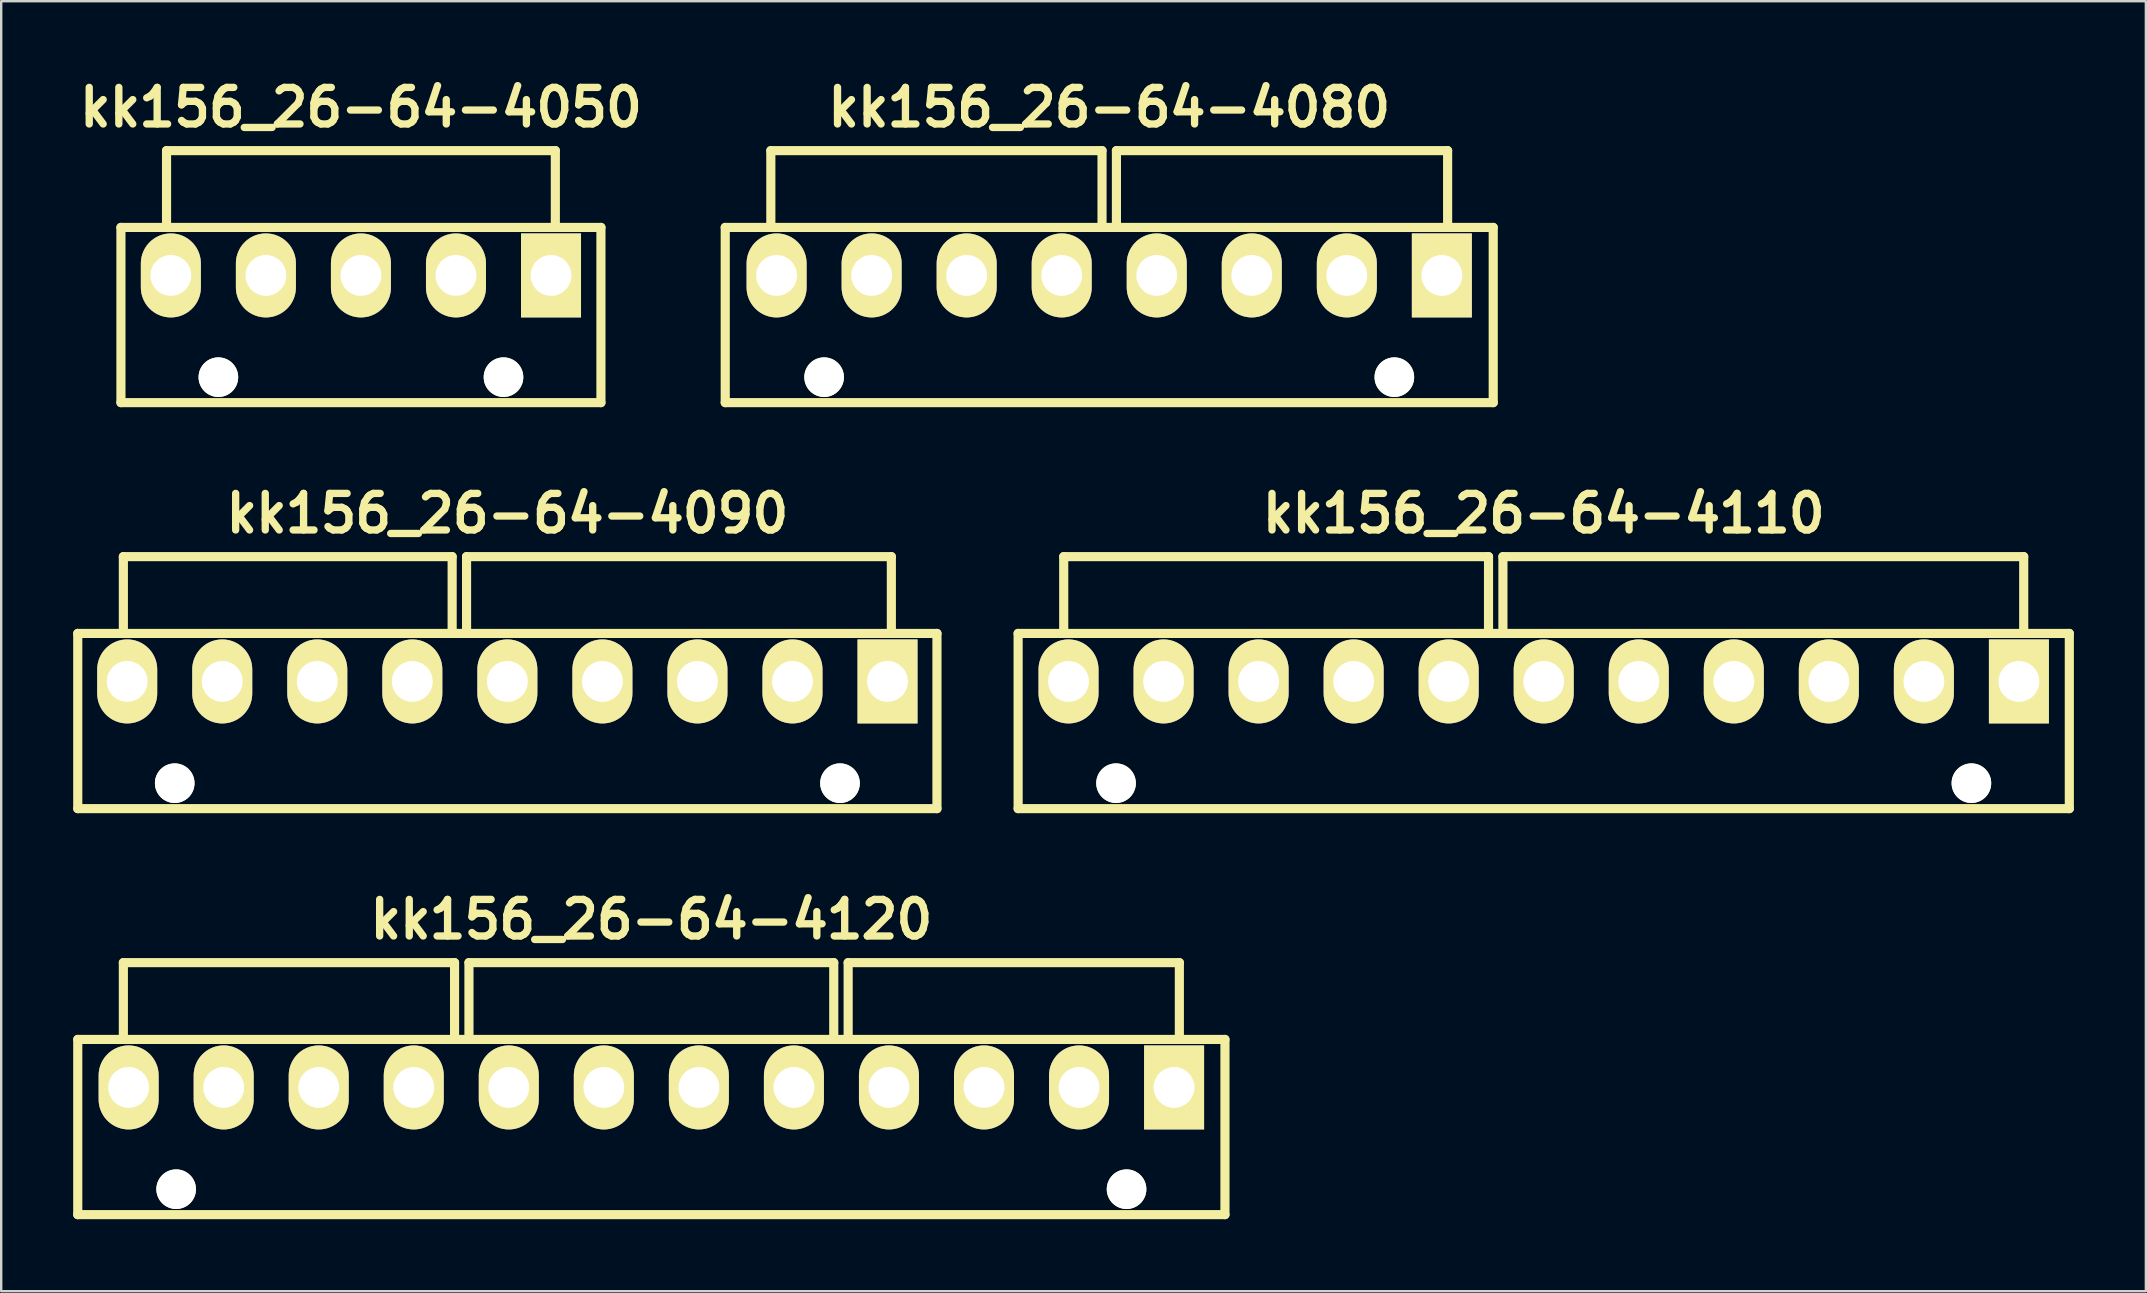
<source format=kicad_pcb>
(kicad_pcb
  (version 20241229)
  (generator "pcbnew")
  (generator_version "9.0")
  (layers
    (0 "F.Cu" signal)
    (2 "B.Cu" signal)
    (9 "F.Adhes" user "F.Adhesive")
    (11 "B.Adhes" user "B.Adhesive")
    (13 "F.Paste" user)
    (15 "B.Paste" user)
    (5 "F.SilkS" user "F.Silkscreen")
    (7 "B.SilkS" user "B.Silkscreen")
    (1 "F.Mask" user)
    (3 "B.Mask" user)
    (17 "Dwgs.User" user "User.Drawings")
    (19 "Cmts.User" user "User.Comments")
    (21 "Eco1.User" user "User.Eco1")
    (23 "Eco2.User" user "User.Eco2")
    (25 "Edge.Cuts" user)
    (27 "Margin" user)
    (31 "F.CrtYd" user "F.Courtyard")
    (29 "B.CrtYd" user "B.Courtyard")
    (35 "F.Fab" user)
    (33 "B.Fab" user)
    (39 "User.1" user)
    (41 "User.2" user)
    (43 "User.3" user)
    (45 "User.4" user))
  (footprint "kk156_26-64-4090"
    (layer "F.Cu")
    (at 18.09 25.343)
    (property "Reference" "kk156_26-64-4090" (at 0 -7 0) (layer "F.SilkS") (effects (font (size 1.524 1.524) (thickness 0.305))))
    (attr through_hole)
    (fp_line (start -17.9 -2) (end 17.9 -2) (stroke (width 0.381) (type solid)) (layer "F.SilkS"))
    (fp_line (start -17.9 5.3) (end -17.9 -2) (stroke (width 0.381) (type solid)) (layer "F.SilkS"))
    (fp_line (start -17.9 5.3) (end 17.9 5.3) (stroke (width 0.381) (type solid)) (layer "F.SilkS"))
    (fp_line (start -16 -2) (end -16 -5.2) (stroke (width 0.381) (type solid)) (layer "F.SilkS"))
    (fp_line (start -2.3 -5.2) (end -16 -5.2) (stroke (width 0.381) (type solid)) (layer "F.SilkS"))
    (fp_line (start -2.3 -2) (end -2.3 -5.2) (stroke (width 0.381) (type solid)) (layer "F.SilkS"))
    (fp_line (start -1.7 -5.2) (end 16 -5.2) (stroke (width 0.381) (type solid)) (layer "F.SilkS"))
    (fp_line (start -1.7 -2) (end -1.7 -5.2) (stroke (width 0.381) (type solid)) (layer "F.SilkS"))
    (fp_line (start 16 -5.2) (end 16 -2) (stroke (width 0.381) (type solid)) (layer "F.SilkS"))
    (fp_line (start 17.9 -2) (end 17.9 5.3) (stroke (width 0.381) (type solid)) (layer "F.SilkS"))
    (pad "" np_thru_hole circle (at -13.86 4.24) (size 1.65 1.65) (drill 1.65) (layers "*.Cu" "F.SilkS"))
    (pad "" np_thru_hole circle (at 13.86 4.24) (size 1.65 1.65) (drill 1.65) (layers "*.Cu" "F.SilkS"))
    (pad "1" thru_hole rect (at 15.84 0) (size 2.5 3.5) (drill 1.7) (layers "*.Cu" "*.Mask" "F.SilkS"))
    (pad "2" thru_hole oval (at 11.88 0) (size 2.5 3.5) (drill 1.7) (layers "*.Cu" "*.Mask" "F.SilkS"))
    (pad "3" thru_hole oval (at 7.92 0) (size 2.5 3.5) (drill 1.7) (layers "*.Cu" "*.Mask" "F.SilkS"))
    (pad "4" thru_hole oval (at 3.96 0) (size 2.5 3.5) (drill 1.7) (layers "*.Cu" "*.Mask" "F.SilkS"))
    (pad "5" thru_hole oval (at 0 0) (size 2.5 3.5) (drill 1.7) (layers "*.Cu" "*.Mask" "F.SilkS"))
    (pad "6" thru_hole oval (at -3.96 0) (size 2.5 3.5) (drill 1.7) (layers "*.Cu" "*.Mask" "F.SilkS"))
    (pad "7" thru_hole oval (at -7.92 0) (size 2.5 3.5) (drill 1.7) (layers "*.Cu" "*.Mask" "F.SilkS"))
    (pad "8" thru_hole oval (at -11.88 0) (size 2.5 3.5) (drill 1.7) (layers "*.Cu" "*.Mask" "F.SilkS"))
    (pad "9" thru_hole oval (at -15.84 0) (size 2.5 3.5) (drill 1.7) (layers "*.Cu" "*.Mask" "F.SilkS")))
  (footprint "kk156_26-64-4120"
    (layer "F.Cu")
    (at 24.09 42.26)
    (property "Reference" "kk156_26-64-4120" (at 0 -7 0) (layer "F.SilkS") (effects (font (size 1.524 1.524) (thickness 0.305))))
    (attr through_hole)
    (fp_line (start -23.9 -2) (end 23.9 -2) (stroke (width 0.381) (type solid)) (layer "F.SilkS"))
    (fp_line (start -23.9 5.3) (end -23.9 -2) (stroke (width 0.381) (type solid)) (layer "F.SilkS"))
    (fp_line (start -23.9 5.3) (end 23.9 5.3) (stroke (width 0.381) (type solid)) (layer "F.SilkS"))
    (fp_line (start -22 -2) (end -22 -5.2) (stroke (width 0.381) (type solid)) (layer "F.SilkS"))
    (fp_line (start -8.2 -5.2) (end -22 -5.2) (stroke (width 0.381) (type solid)) (layer "F.SilkS"))
    (fp_line (start -8.2 -2) (end -8.2 -5.2) (stroke (width 0.381) (type solid)) (layer "F.SilkS"))
    (fp_line (start -7.6 -5.2) (end 7.6 -5.2) (stroke (width 0.381) (type solid)) (layer "F.SilkS"))
    (fp_line (start -7.6 -2) (end -7.6 -5.2) (stroke (width 0.381) (type solid)) (layer "F.SilkS"))
    (fp_line (start 7.6 -5.2) (end 7.6 -2) (stroke (width 0.381) (type solid)) (layer "F.SilkS"))
    (fp_line (start 8.2 -5.2) (end 22 -5.2) (stroke (width 0.381) (type solid)) (layer "F.SilkS"))
    (fp_line (start 8.2 -2) (end 8.2 -5.2) (stroke (width 0.381) (type solid)) (layer "F.SilkS"))
    (fp_line (start 22 -5.2) (end 22 -2) (stroke (width 0.381) (type solid)) (layer "F.SilkS"))
    (fp_line (start 23.9 -2) (end 23.9 5.3) (stroke (width 0.381) (type solid)) (layer "F.SilkS"))
    (pad "" np_thru_hole circle (at -19.8 4.24) (size 1.65 1.65) (drill 1.65) (layers "*.Cu" "F.SilkS"))
    (pad "" np_thru_hole circle (at 19.8 4.24) (size 1.65 1.65) (drill 1.65) (layers "*.Cu" "F.SilkS"))
    (pad "1" thru_hole rect (at 21.78 0) (size 2.5 3.5) (drill 1.7) (layers "*.Cu" "*.Mask" "F.SilkS"))
    (pad "2" thru_hole oval (at 17.82 0) (size 2.5 3.5) (drill 1.7) (layers "*.Cu" "*.Mask" "F.SilkS"))
    (pad "3" thru_hole oval (at 13.86 0) (size 2.5 3.5) (drill 1.7) (layers "*.Cu" "*.Mask" "F.SilkS"))
    (pad "4" thru_hole oval (at 9.9 0) (size 2.5 3.5) (drill 1.7) (layers "*.Cu" "*.Mask" "F.SilkS"))
    (pad "5" thru_hole oval (at 5.94 0) (size 2.5 3.5) (drill 1.7) (layers "*.Cu" "*.Mask" "F.SilkS"))
    (pad "6" thru_hole oval (at 1.98 0) (size 2.5 3.5) (drill 1.7) (layers "*.Cu" "*.Mask" "F.SilkS"))
    (pad "7" thru_hole oval (at -1.98 0) (size 2.5 3.5) (drill 1.7) (layers "*.Cu" "*.Mask" "F.SilkS"))
    (pad "8" thru_hole oval (at -5.94 0) (size 2.5 3.5) (drill 1.7) (layers "*.Cu" "*.Mask" "F.SilkS"))
    (pad "9" thru_hole oval (at -9.9 0) (size 2.5 3.5) (drill 1.7) (layers "*.Cu" "*.Mask" "F.SilkS"))
    (pad "10" thru_hole oval (at -13.86 0) (size 2.5 3.5) (drill 1.7) (layers "*.Cu" "*.Mask" "F.SilkS"))
    (pad "11" thru_hole oval (at -17.82 0) (size 2.5 3.5) (drill 1.7) (layers "*.Cu" "*.Mask" "F.SilkS"))
    (pad "12" thru_hole oval (at -21.78 0) (size 2.5 3.5) (drill 1.7) (layers "*.Cu" "*.Mask" "F.SilkS")))
  (footprint "kk156_26-64-4110"
    (layer "F.Cu")
    (at 61.272 25.343)
    (property "Reference" "kk156_26-64-4110" (at 0 -7 0) (layer "F.SilkS") (effects (font (size 1.524 1.524) (thickness 0.305))))
    (attr through_hole)
    (fp_line (start -21.9 -2) (end 21.9 -2) (stroke (width 0.381) (type solid)) (layer "F.SilkS"))
    (fp_line (start -21.9 5.3) (end -21.9 -2) (stroke (width 0.381) (type solid)) (layer "F.SilkS"))
    (fp_line (start -21.9 5.3) (end 21.9 5.3) (stroke (width 0.381) (type solid)) (layer "F.SilkS"))
    (fp_line (start -20 -2) (end -20 -5.2) (stroke (width 0.381) (type solid)) (layer "F.SilkS"))
    (fp_line (start -2.3 -5.2) (end -20 -5.2) (stroke (width 0.381) (type solid)) (layer "F.SilkS"))
    (fp_line (start -2.3 -2) (end -2.3 -5.2) (stroke (width 0.381) (type solid)) (layer "F.SilkS"))
    (fp_line (start -1.7 -5.2) (end 20 -5.2) (stroke (width 0.381) (type solid)) (layer "F.SilkS"))
    (fp_line (start -1.7 -2) (end -1.7 -5.2) (stroke (width 0.381) (type solid)) (layer "F.SilkS"))
    (fp_line (start 20 -5.2) (end 20 -2) (stroke (width 0.381) (type solid)) (layer "F.SilkS"))
    (fp_line (start 21.9 -2) (end 21.9 5.3) (stroke (width 0.381) (type solid)) (layer "F.SilkS"))
    (pad "" np_thru_hole circle (at -17.82 4.24) (size 1.65 1.65) (drill 1.65) (layers "*.Cu" "F.SilkS"))
    (pad "" np_thru_hole circle (at 17.82 4.24) (size 1.65 1.65) (drill 1.65) (layers "*.Cu" "F.SilkS"))
    (pad "1" thru_hole rect (at 19.8 0) (size 2.5 3.5) (drill 1.7) (layers "*.Cu" "*.Mask" "F.SilkS"))
    (pad "2" thru_hole oval (at 15.84 0) (size 2.5 3.5) (drill 1.7) (layers "*.Cu" "*.Mask" "F.SilkS"))
    (pad "3" thru_hole oval (at 11.88 0) (size 2.5 3.5) (drill 1.7) (layers "*.Cu" "*.Mask" "F.SilkS"))
    (pad "4" thru_hole oval (at 7.92 0) (size 2.5 3.5) (drill 1.7) (layers "*.Cu" "*.Mask" "F.SilkS"))
    (pad "5" thru_hole oval (at 3.96 0) (size 2.5 3.5) (drill 1.7) (layers "*.Cu" "*.Mask" "F.SilkS"))
    (pad "6" thru_hole oval (at 0 0) (size 2.5 3.5) (drill 1.7) (layers "*.Cu" "*.Mask" "F.SilkS"))
    (pad "7" thru_hole oval (at -3.96 0) (size 2.5 3.5) (drill 1.7) (layers "*.Cu" "*.Mask" "F.SilkS"))
    (pad "8" thru_hole oval (at -7.92 0) (size 2.5 3.5) (drill 1.7) (layers "*.Cu" "*.Mask" "F.SilkS"))
    (pad "9" thru_hole oval (at -11.88 0) (size 2.5 3.5) (drill 1.7) (layers "*.Cu" "*.Mask" "F.SilkS"))
    (pad "10" thru_hole oval (at -15.84 0) (size 2.5 3.5) (drill 1.7) (layers "*.Cu" "*.Mask" "F.SilkS"))
    (pad "11" thru_hole oval (at -19.8 0) (size 2.5 3.5) (drill 1.7) (layers "*.Cu" "*.Mask" "F.SilkS")))
  (footprint "kk156_26-64-4080"
    (layer "F.Cu")
    (at 43.168 8.426)
    (property "Reference" "kk156_26-64-4080" (at 0 -7 0) (layer "F.SilkS") (effects (font (size 1.524 1.524) (thickness 0.305))))
    (attr through_hole)
    (fp_line (start -16 -2) (end 16 -2) (stroke (width 0.381) (type solid)) (layer "F.SilkS"))
    (fp_line (start -16 5.3) (end -16 -2) (stroke (width 0.381) (type solid)) (layer "F.SilkS"))
    (fp_line (start -16 5.3) (end 16 5.3) (stroke (width 0.381) (type solid)) (layer "F.SilkS"))
    (fp_line (start -14.1 -2) (end -14.1 -5.2) (stroke (width 0.381) (type solid)) (layer "F.SilkS"))
    (fp_line (start -0.3 -5.2) (end -14.1 -5.2) (stroke (width 0.381) (type solid)) (layer "F.SilkS"))
    (fp_line (start -0.3 -2) (end -0.3 -5.2) (stroke (width 0.381) (type solid)) (layer "F.SilkS"))
    (fp_line (start 0.3 -5.2) (end 14.1 -5.2) (stroke (width 0.381) (type solid)) (layer "F.SilkS"))
    (fp_line (start 0.3 -2) (end 0.3 -5.2) (stroke (width 0.381) (type solid)) (layer "F.SilkS"))
    (fp_line (start 14.1 -5.2) (end 14.1 -2) (stroke (width 0.381) (type solid)) (layer "F.SilkS"))
    (fp_line (start 16 -2) (end 16 5.3) (stroke (width 0.381) (type solid)) (layer "F.SilkS"))
    (pad "" np_thru_hole circle (at -11.88 4.24) (size 1.65 1.65) (drill 1.65) (layers "*.Cu" "F.SilkS"))
    (pad "" np_thru_hole circle (at 11.88 4.24) (size 1.65 1.65) (drill 1.65) (layers "*.Cu" "F.SilkS"))
    (pad "1" thru_hole rect (at 13.86 0) (size 2.5 3.5) (drill 1.7) (layers "*.Cu" "*.Mask" "F.SilkS"))
    (pad "2" thru_hole oval (at 9.9 0) (size 2.5 3.5) (drill 1.7) (layers "*.Cu" "*.Mask" "F.SilkS"))
    (pad "3" thru_hole oval (at 5.94 0) (size 2.5 3.5) (drill 1.7) (layers "*.Cu" "*.Mask" "F.SilkS"))
    (pad "4" thru_hole oval (at 1.98 0) (size 2.5 3.5) (drill 1.7) (layers "*.Cu" "*.Mask" "F.SilkS"))
    (pad "5" thru_hole oval (at -1.98 0) (size 2.5 3.5) (drill 1.7) (layers "*.Cu" "*.Mask" "F.SilkS"))
    (pad "6" thru_hole oval (at -5.94 0) (size 2.5 3.5) (drill 1.7) (layers "*.Cu" "*.Mask" "F.SilkS"))
    (pad "7" thru_hole oval (at -9.9 0) (size 2.5 3.5) (drill 1.7) (layers "*.Cu" "*.Mask" "F.SilkS"))
    (pad "8" thru_hole oval (at -13.86 0) (size 2.5 3.5) (drill 1.7) (layers "*.Cu" "*.Mask" "F.SilkS")))
  (footprint "kk156_26-64-4050"
    (layer "F.Cu")
    (at 11.989 8.426)
    (property "Reference" "kk156_26-64-4050" (at 0 -7 0) (layer "F.SilkS") (effects (font (size 1.524 1.524) (thickness 0.305))))
    (attr through_hole)
    (fp_line (start -10 -2) (end 10 -2) (stroke (width 0.381) (type solid)) (layer "F.SilkS"))
    (fp_line (start -10 5.3) (end -10 -2) (stroke (width 0.381) (type solid)) (layer "F.SilkS"))
    (fp_line (start -10 5.3) (end 10 5.3) (stroke (width 0.381) (type solid)) (layer "F.SilkS"))
    (fp_line (start -8.1 -5.2) (end 8.1 -5.2) (stroke (width 0.381) (type solid)) (layer "F.SilkS"))
    (fp_line (start -8.1 -2) (end -8.1 -5.2) (stroke (width 0.381) (type solid)) (layer "F.SilkS"))
    (fp_line (start 8.1 -5.2) (end 8.1 -2) (stroke (width 0.381) (type solid)) (layer "F.SilkS"))
    (fp_line (start 10 -2) (end 10 5.3) (stroke (width 0.381) (type solid)) (layer "F.SilkS"))
    (pad "" np_thru_hole circle (at -5.94 4.24) (size 1.65 1.65) (drill 1.65) (layers "*.Cu" "F.SilkS"))
    (pad "" np_thru_hole circle (at 5.94 4.24) (size 1.65 1.65) (drill 1.65) (layers "*.Cu" "F.SilkS"))
    (pad "1" thru_hole rect (at 7.92 0) (size 2.5 3.5) (drill 1.7) (layers "*.Cu" "*.Mask" "F.SilkS"))
    (pad "2" thru_hole oval (at 3.96 0) (size 2.5 3.5) (drill 1.7) (layers "*.Cu" "*.Mask" "F.SilkS"))
    (pad "3" thru_hole oval (at 0 0) (size 2.5 3.5) (drill 1.7) (layers "*.Cu" "*.Mask" "F.SilkS"))
    (pad "4" thru_hole oval (at -3.96 0) (size 2.5 3.5) (drill 1.7) (layers "*.Cu" "*.Mask" "F.SilkS"))
    (pad "5" thru_hole oval (at -7.92 0) (size 2.5 3.5) (drill 1.7) (layers "*.Cu" "*.Mask" "F.SilkS")))
  (gr_rect
    (start -3 -3)
    (end 86.362 50.751)
    (stroke (width 0.1) (type default))
    (fill no)
    (layer "Edge.Cuts")))
</source>
